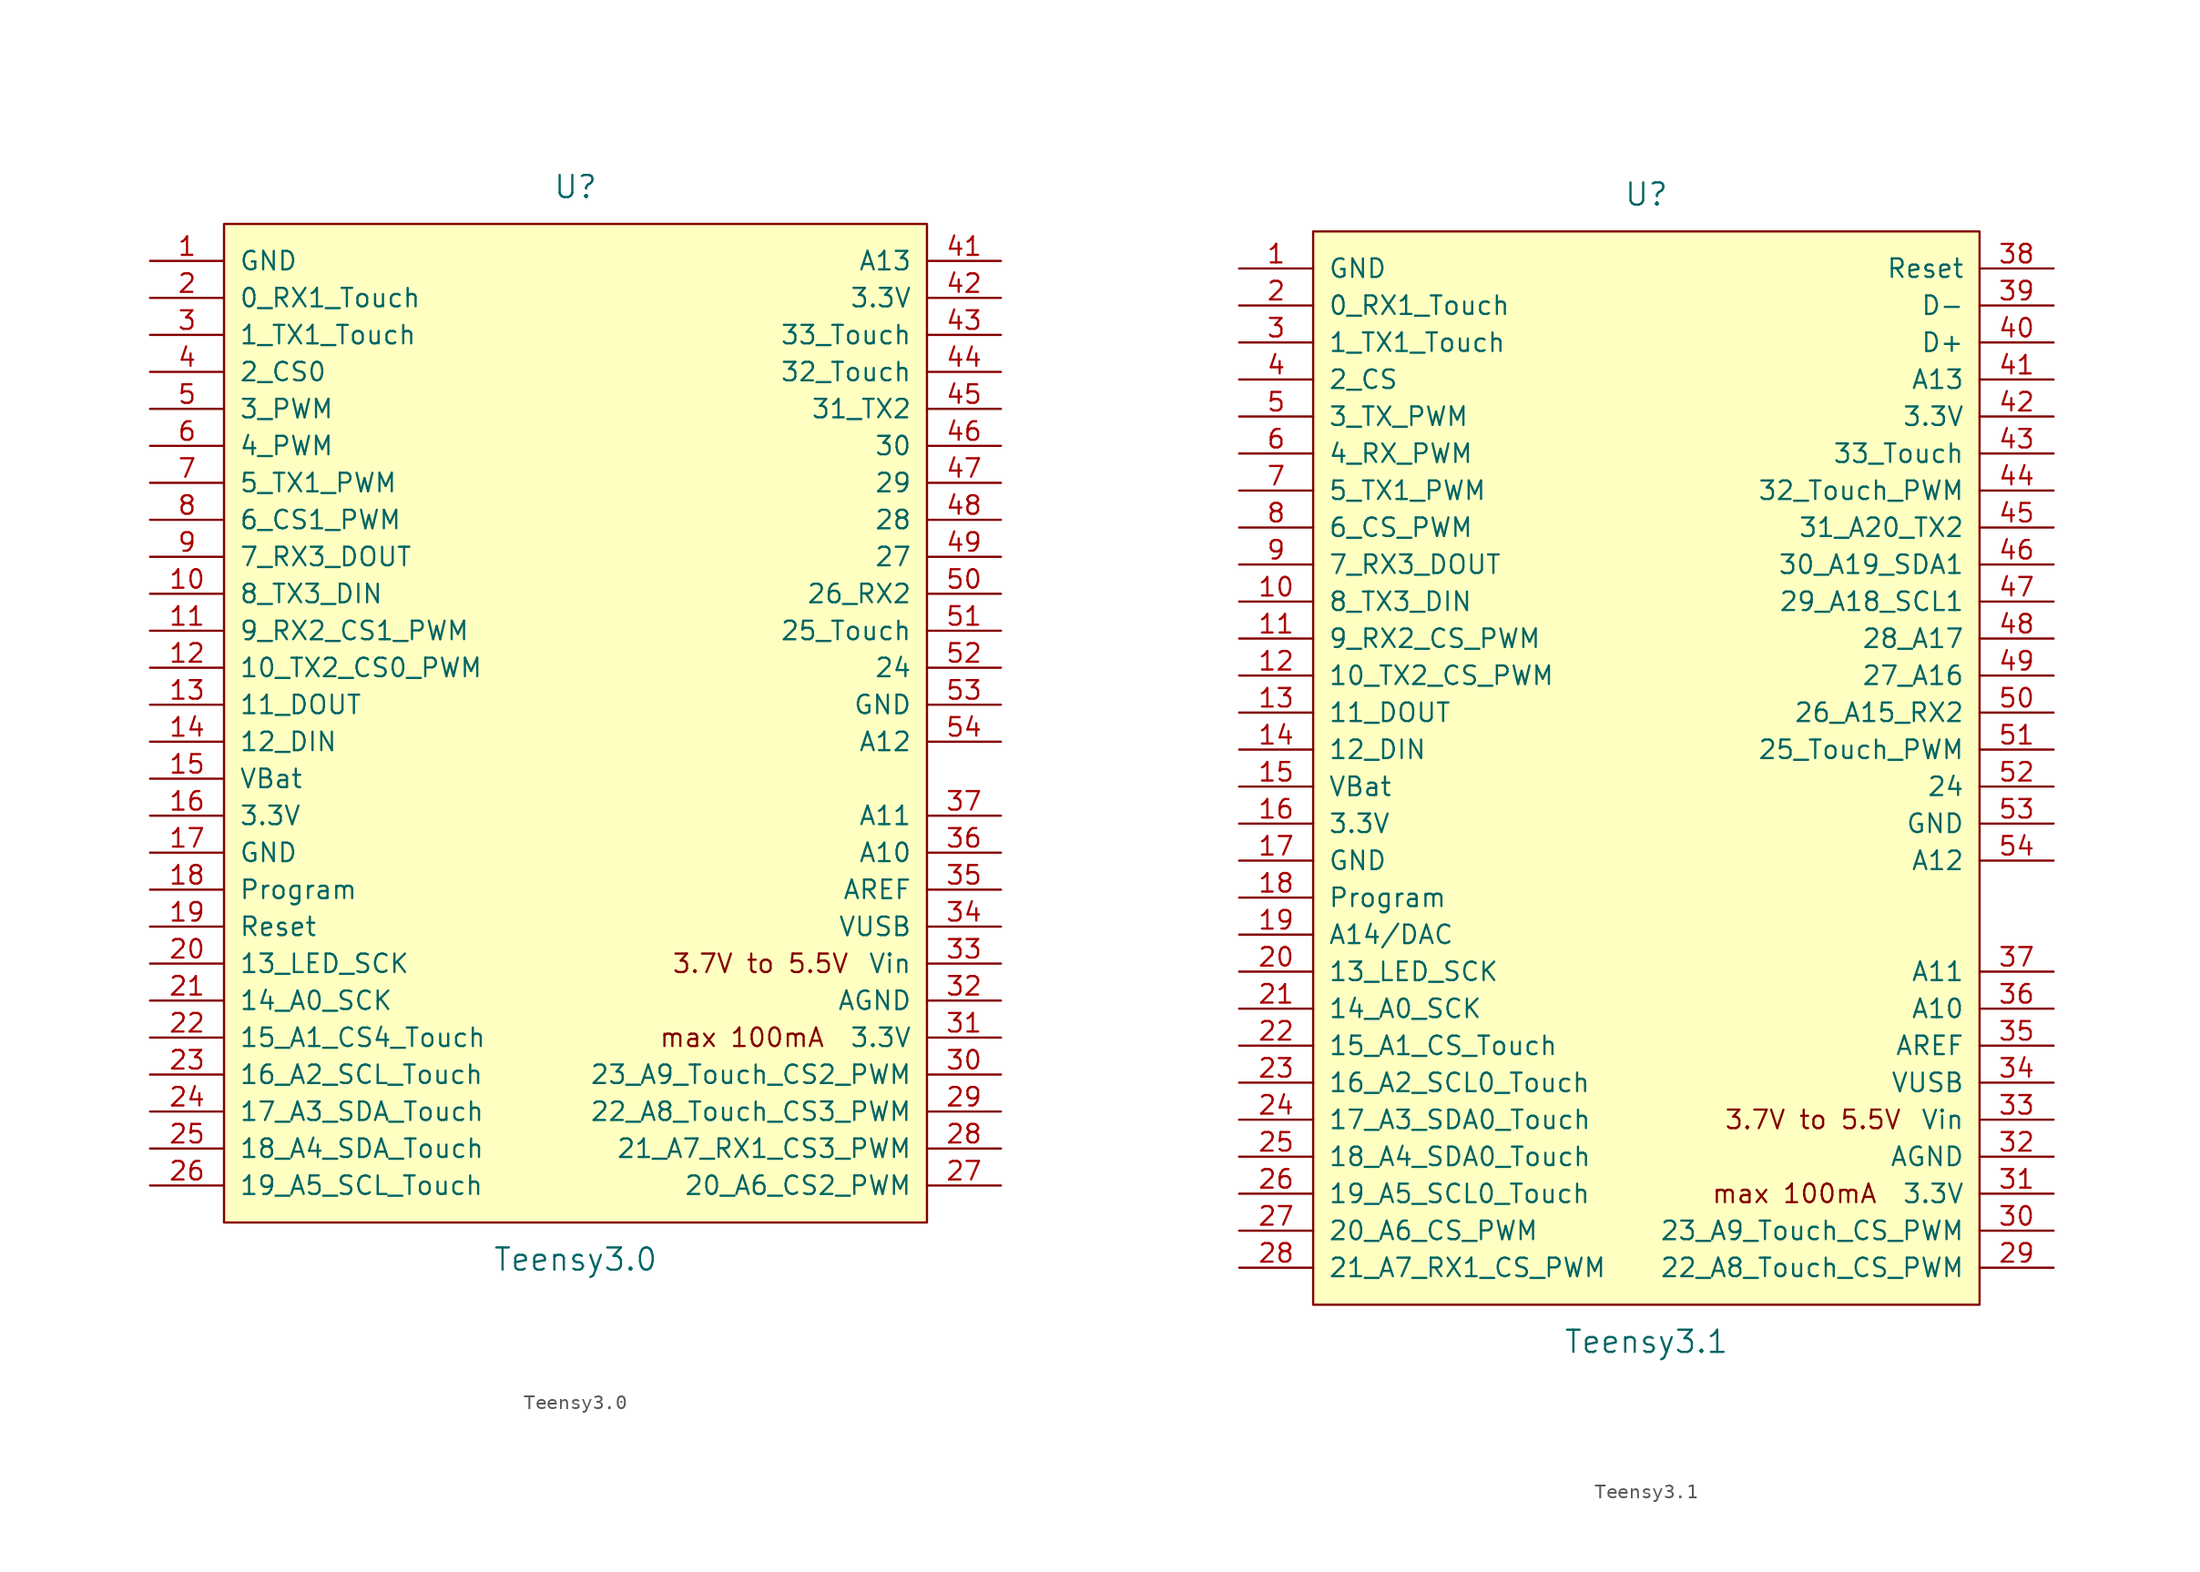
<source format=kicad_sym>
(kicad_symbol_lib
  (version 20211014)
  (generator kicad_symbol_editor)
  (symbol "Teensy3.0"
    (pin_names
      (offset 1.016))
    (property "Reference" "U"
      (at 0 36.83 0)
      (effects (font (size 1.524 1.524))))
    (property "Value" "Teensy3.0"
      (at 0 -36.83 0)
      (effects (font (size 1.524 1.524))))
    (property "Footprint" ""
      (at 0 -21.59 0)
      (effects (font (size 1.524 1.524))))
    (property "Datasheet" ""
      (at 0 -21.59 0)
      (effects (font (size 1.524 1.524))))
    (symbol "Teensy3.0_0_0"
      (text "3.7V to 5.5V" (at 12.7 -16.51 0) (effects (font (size 1.27 1.27))))
      (text "max 100mA" (at 11.43 -21.59 0) (effects (font (size 1.27 1.27)))))
    (symbol "Teensy3.0_0_1"
      (rectangle (start -24.13 34.29) (end 24.13 -34.29) (stroke (width 0) (type default) (color 0 0 0 0)) (fill (type background))))
    (symbol "Teensy3.0_1_1"
      (pin power_in line (at -29.21 31.75 0) (length 5.08) (name "GND" (effects (font (size 1.27 1.27)))) (number "1" (effects (font (size 1.27 1.27)))))
      (pin bidirectional line (at -29.21 8.89 0) (length 5.08) (name "8_TX3_DIN" (effects (font (size 1.27 1.27)))) (number "10" (effects (font (size 1.27 1.27)))))
      (pin bidirectional line (at -29.21 6.35 0) (length 5.08) (name "9_RX2_CS1_PWM" (effects (font (size 1.27 1.27)))) (number "11" (effects (font (size 1.27 1.27)))))
      (pin bidirectional line (at -29.21 3.81 0) (length 5.08) (name "10_TX2_CS0_PWM" (effects (font (size 1.27 1.27)))) (number "12" (effects (font (size 1.27 1.27)))))
      (pin bidirectional line (at -29.21 1.27 0) (length 5.08) (name "11_DOUT" (effects (font (size 1.27 1.27)))) (number "13" (effects (font (size 1.27 1.27)))))
      (pin bidirectional line (at -29.21 -1.27 0) (length 5.08) (name "12_DIN" (effects (font (size 1.27 1.27)))) (number "14" (effects (font (size 1.27 1.27)))))
      (pin power_in line (at -29.21 -3.81 0) (length 5.08) (name "VBat" (effects (font (size 1.27 1.27)))) (number "15" (effects (font (size 1.27 1.27)))))
      (pin power_in line (at -29.21 -6.35 0) (length 5.08) (name "3.3V" (effects (font (size 1.27 1.27)))) (number "16" (effects (font (size 1.27 1.27)))))
      (pin power_in line (at -29.21 -8.89 0) (length 5.08) (name "GND" (effects (font (size 1.27 1.27)))) (number "17" (effects (font (size 1.27 1.27)))))
      (pin input line (at -29.21 -11.43 0) (length 5.08) (name "Program" (effects (font (size 1.27 1.27)))) (number "18" (effects (font (size 1.27 1.27)))))
      (pin input line (at -29.21 -13.97 0) (length 5.08) (name "Reset" (effects (font (size 1.27 1.27)))) (number "19" (effects (font (size 1.27 1.27)))))
      (pin bidirectional line (at -29.21 29.21 0) (length 5.08) (name "0_RX1_Touch" (effects (font (size 1.27 1.27)))) (number "2" (effects (font (size 1.27 1.27)))))
      (pin bidirectional line (at -29.21 -16.51 0) (length 5.08) (name "13_LED_SCK" (effects (font (size 1.27 1.27)))) (number "20" (effects (font (size 1.27 1.27)))))
      (pin bidirectional line (at -29.21 -19.05 0) (length 5.08) (name "14_A0_SCK" (effects (font (size 1.27 1.27)))) (number "21" (effects (font (size 1.27 1.27)))))
      (pin bidirectional line (at -29.21 -21.59 0) (length 5.08) (name "15_A1_CS4_Touch" (effects (font (size 1.27 1.27)))) (number "22" (effects (font (size 1.27 1.27)))))
      (pin bidirectional line (at -29.21 -24.13 0) (length 5.08) (name "16_A2_SCL_Touch" (effects (font (size 1.27 1.27)))) (number "23" (effects (font (size 1.27 1.27)))))
      (pin bidirectional line (at -29.21 -26.67 0) (length 5.08) (name "17_A3_SDA_Touch" (effects (font (size 1.27 1.27)))) (number "24" (effects (font (size 1.27 1.27)))))
      (pin bidirectional line (at -29.21 -29.21 0) (length 5.08) (name "18_A4_SDA_Touch" (effects (font (size 1.27 1.27)))) (number "25" (effects (font (size 1.27 1.27)))))
      (pin bidirectional line (at -29.21 -31.75 0) (length 5.08) (name "19_A5_SCL_Touch" (effects (font (size 1.27 1.27)))) (number "26" (effects (font (size 1.27 1.27)))))
      (pin bidirectional line (at 29.21 -31.75 180) (length 5.08) (name "20_A6_CS2_PWM" (effects (font (size 1.27 1.27)))) (number "27" (effects (font (size 1.27 1.27)))))
      (pin bidirectional line (at 29.21 -29.21 180) (length 5.08) (name "21_A7_RX1_CS3_PWM" (effects (font (size 1.27 1.27)))) (number "28" (effects (font (size 1.27 1.27)))))
      (pin bidirectional line (at 29.21 -26.67 180) (length 5.08) (name "22_A8_Touch_CS3_PWM" (effects (font (size 1.27 1.27)))) (number "29" (effects (font (size 1.27 1.27)))))
      (pin bidirectional line (at -29.21 26.67 0) (length 5.08) (name "1_TX1_Touch" (effects (font (size 1.27 1.27)))) (number "3" (effects (font (size 1.27 1.27)))))
      (pin bidirectional line (at 29.21 -24.13 180) (length 5.08) (name "23_A9_Touch_CS2_PWM" (effects (font (size 1.27 1.27)))) (number "30" (effects (font (size 1.27 1.27)))))
      (pin power_out line (at 29.21 -21.59 180) (length 5.08) (name "3.3V" (effects (font (size 1.27 1.27)))) (number "31" (effects (font (size 1.27 1.27)))))
      (pin power_out line (at 29.21 -19.05 180) (length 5.08) (name "AGND" (effects (font (size 1.27 1.27)))) (number "32" (effects (font (size 1.27 1.27)))))
      (pin power_in line (at 29.21 -16.51 180) (length 5.08) (name "Vin" (effects (font (size 1.27 1.27)))) (number "33" (effects (font (size 1.27 1.27)))))
      (pin power_in line (at 29.21 -13.97 180) (length 5.08) (name "VUSB" (effects (font (size 1.27 1.27)))) (number "34" (effects (font (size 1.27 1.27)))))
      (pin input line (at 29.21 -11.43 180) (length 5.08) (name "AREF" (effects (font (size 1.27 1.27)))) (number "35" (effects (font (size 1.27 1.27)))))
      (pin bidirectional line (at 29.21 -8.89 180) (length 5.08) (name "A10" (effects (font (size 1.27 1.27)))) (number "36" (effects (font (size 1.27 1.27)))))
      (pin bidirectional line (at 29.21 -6.35 180) (length 5.08) (name "A11" (effects (font (size 1.27 1.27)))) (number "37" (effects (font (size 1.27 1.27)))))
      (pin bidirectional line (at -29.21 24.13 0) (length 5.08) (name "2_CS0" (effects (font (size 1.27 1.27)))) (number "4" (effects (font (size 1.27 1.27)))))
      (pin bidirectional line (at 29.21 31.75 180) (length 5.08) (name "A13" (effects (font (size 1.27 1.27)))) (number "41" (effects (font (size 1.27 1.27)))))
      (pin power_in line (at 29.21 29.21 180) (length 5.08) (name "3.3V" (effects (font (size 1.27 1.27)))) (number "42" (effects (font (size 1.27 1.27)))))
      (pin bidirectional line (at 29.21 26.67 180) (length 5.08) (name "33_Touch" (effects (font (size 1.27 1.27)))) (number "43" (effects (font (size 1.27 1.27)))))
      (pin bidirectional line (at 29.21 24.13 180) (length 5.08) (name "32_Touch" (effects (font (size 1.27 1.27)))) (number "44" (effects (font (size 1.27 1.27)))))
      (pin bidirectional line (at 29.21 21.59 180) (length 5.08) (name "31_TX2" (effects (font (size 1.27 1.27)))) (number "45" (effects (font (size 1.27 1.27)))))
      (pin bidirectional line (at 29.21 19.05 180) (length 5.08) (name "30" (effects (font (size 1.27 1.27)))) (number "46" (effects (font (size 1.27 1.27)))))
      (pin bidirectional line (at 29.21 16.51 180) (length 5.08) (name "29" (effects (font (size 1.27 1.27)))) (number "47" (effects (font (size 1.27 1.27)))))
      (pin bidirectional line (at 29.21 13.97 180) (length 5.08) (name "28" (effects (font (size 1.27 1.27)))) (number "48" (effects (font (size 1.27 1.27)))))
      (pin bidirectional line (at 29.21 11.43 180) (length 5.08) (name "27" (effects (font (size 1.27 1.27)))) (number "49" (effects (font (size 1.27 1.27)))))
      (pin bidirectional line (at -29.21 21.59 0) (length 5.08) (name "3_PWM" (effects (font (size 1.27 1.27)))) (number "5" (effects (font (size 1.27 1.27)))))
      (pin bidirectional line (at 29.21 8.89 180) (length 5.08) (name "26_RX2" (effects (font (size 1.27 1.27)))) (number "50" (effects (font (size 1.27 1.27)))))
      (pin bidirectional line (at 29.21 6.35 180) (length 5.08) (name "25_Touch" (effects (font (size 1.27 1.27)))) (number "51" (effects (font (size 1.27 1.27)))))
      (pin bidirectional line (at 29.21 3.81 180) (length 5.08) (name "24" (effects (font (size 1.27 1.27)))) (number "52" (effects (font (size 1.27 1.27)))))
      (pin power_in line (at 29.21 1.27 180) (length 5.08) (name "GND" (effects (font (size 1.27 1.27)))) (number "53" (effects (font (size 1.27 1.27)))))
      (pin bidirectional line (at 29.21 -1.27 180) (length 5.08) (name "A12" (effects (font (size 1.27 1.27)))) (number "54" (effects (font (size 1.27 1.27)))))
      (pin bidirectional line (at -29.21 19.05 0) (length 5.08) (name "4_PWM" (effects (font (size 1.27 1.27)))) (number "6" (effects (font (size 1.27 1.27)))))
      (pin bidirectional line (at -29.21 16.51 0) (length 5.08) (name "5_TX1_PWM" (effects (font (size 1.27 1.27)))) (number "7" (effects (font (size 1.27 1.27)))))
      (pin bidirectional line (at -29.21 13.97 0) (length 5.08) (name "6_CS1_PWM" (effects (font (size 1.27 1.27)))) (number "8" (effects (font (size 1.27 1.27)))))
      (pin bidirectional line (at -29.21 11.43 0) (length 5.08) (name "7_RX3_DOUT" (effects (font (size 1.27 1.27)))) (number "9" (effects (font (size 1.27 1.27)))))))
  (symbol "Teensy3.1"
    (pin_names
      (offset 1.016))
    (property "Reference" "U"
      (at 0 39.37 0)
      (effects (font (size 1.524 1.524))))
    (property "Value" "Teensy3.1"
      (at 0 -39.37 0)
      (effects (font (size 1.524 1.524))))
    (property "Footprint" ""
      (at 0 -19.05 0)
      (effects (font (size 1.524 1.524))))
    (property "Datasheet" ""
      (at 0 -19.05 0)
      (effects (font (size 1.524 1.524))))
    (symbol "Teensy3.1_0_0"
      (text "3.7V to 5.5V" (at 11.43 -24.13 0) (effects (font (size 1.27 1.27))))
      (text "max 100mA" (at 10.16 -29.21 0) (effects (font (size 1.27 1.27)))))
    (symbol "Teensy3.1_0_1"
      (rectangle (start -22.86 36.83) (end 22.86 -36.83) (stroke (width 0) (type default) (color 0 0 0 0)) (fill (type background))))
    (symbol "Teensy3.1_1_1"
      (pin power_in line (at -27.94 34.29 0) (length 5.08) (name "GND" (effects (font (size 1.27 1.27)))) (number "1" (effects (font (size 1.27 1.27)))))
      (pin bidirectional line (at -27.94 11.43 0) (length 5.08) (name "8_TX3_DIN" (effects (font (size 1.27 1.27)))) (number "10" (effects (font (size 1.27 1.27)))))
      (pin bidirectional line (at -27.94 8.89 0) (length 5.08) (name "9_RX2_CS_PWM" (effects (font (size 1.27 1.27)))) (number "11" (effects (font (size 1.27 1.27)))))
      (pin bidirectional line (at -27.94 6.35 0) (length 5.08) (name "10_TX2_CS_PWM" (effects (font (size 1.27 1.27)))) (number "12" (effects (font (size 1.27 1.27)))))
      (pin bidirectional line (at -27.94 3.81 0) (length 5.08) (name "11_DOUT" (effects (font (size 1.27 1.27)))) (number "13" (effects (font (size 1.27 1.27)))))
      (pin bidirectional line (at -27.94 1.27 0) (length 5.08) (name "12_DIN" (effects (font (size 1.27 1.27)))) (number "14" (effects (font (size 1.27 1.27)))))
      (pin power_in line (at -27.94 -1.27 0) (length 5.08) (name "VBat" (effects (font (size 1.27 1.27)))) (number "15" (effects (font (size 1.27 1.27)))))
      (pin power_in line (at -27.94 -3.81 0) (length 5.08) (name "3.3V" (effects (font (size 1.27 1.27)))) (number "16" (effects (font (size 1.27 1.27)))))
      (pin power_in line (at -27.94 -6.35 0) (length 5.08) (name "GND" (effects (font (size 1.27 1.27)))) (number "17" (effects (font (size 1.27 1.27)))))
      (pin input line (at -27.94 -8.89 0) (length 5.08) (name "Program" (effects (font (size 1.27 1.27)))) (number "18" (effects (font (size 1.27 1.27)))))
      (pin bidirectional line (at -27.94 -11.43 0) (length 5.08) (name "A14/DAC" (effects (font (size 1.27 1.27)))) (number "19" (effects (font (size 1.27 1.27)))))
      (pin bidirectional line (at -27.94 31.75 0) (length 5.08) (name "0_RX1_Touch" (effects (font (size 1.27 1.27)))) (number "2" (effects (font (size 1.27 1.27)))))
      (pin bidirectional line (at -27.94 -13.97 0) (length 5.08) (name "13_LED_SCK" (effects (font (size 1.27 1.27)))) (number "20" (effects (font (size 1.27 1.27)))))
      (pin bidirectional line (at -27.94 -16.51 0) (length 5.08) (name "14_A0_SCK" (effects (font (size 1.27 1.27)))) (number "21" (effects (font (size 1.27 1.27)))))
      (pin bidirectional line (at -27.94 -19.05 0) (length 5.08) (name "15_A1_CS_Touch" (effects (font (size 1.27 1.27)))) (number "22" (effects (font (size 1.27 1.27)))))
      (pin bidirectional line (at -27.94 -21.59 0) (length 5.08) (name "16_A2_SCL0_Touch" (effects (font (size 1.27 1.27)))) (number "23" (effects (font (size 1.27 1.27)))))
      (pin bidirectional line (at -27.94 -24.13 0) (length 5.08) (name "17_A3_SDA0_Touch" (effects (font (size 1.27 1.27)))) (number "24" (effects (font (size 1.27 1.27)))))
      (pin bidirectional line (at -27.94 -26.67 0) (length 5.08) (name "18_A4_SDA0_Touch" (effects (font (size 1.27 1.27)))) (number "25" (effects (font (size 1.27 1.27)))))
      (pin bidirectional line (at -27.94 -29.21 0) (length 5.08) (name "19_A5_SCL0_Touch" (effects (font (size 1.27 1.27)))) (number "26" (effects (font (size 1.27 1.27)))))
      (pin bidirectional line (at -27.94 -31.75 0) (length 5.08) (name "20_A6_CS_PWM" (effects (font (size 1.27 1.27)))) (number "27" (effects (font (size 1.27 1.27)))))
      (pin bidirectional line (at -27.94 -34.29 0) (length 5.08) (name "21_A7_RX1_CS_PWM" (effects (font (size 1.27 1.27)))) (number "28" (effects (font (size 1.27 1.27)))))
      (pin bidirectional line (at 27.94 -34.29 180) (length 5.08) (name "22_A8_Touch_CS_PWM" (effects (font (size 1.27 1.27)))) (number "29" (effects (font (size 1.27 1.27)))))
      (pin bidirectional line (at -27.94 29.21 0) (length 5.08) (name "1_TX1_Touch" (effects (font (size 1.27 1.27)))) (number "3" (effects (font (size 1.27 1.27)))))
      (pin bidirectional line (at 27.94 -31.75 180) (length 5.08) (name "23_A9_Touch_CS_PWM" (effects (font (size 1.27 1.27)))) (number "30" (effects (font (size 1.27 1.27)))))
      (pin power_out line (at 27.94 -29.21 180) (length 5.08) (name "3.3V" (effects (font (size 1.27 1.27)))) (number "31" (effects (font (size 1.27 1.27)))))
      (pin power_out line (at 27.94 -26.67 180) (length 5.08) (name "AGND" (effects (font (size 1.27 1.27)))) (number "32" (effects (font (size 1.27 1.27)))))
      (pin power_in line (at 27.94 -24.13 180) (length 5.08) (name "Vin" (effects (font (size 1.27 1.27)))) (number "33" (effects (font (size 1.27 1.27)))))
      (pin power_in line (at 27.94 -21.59 180) (length 5.08) (name "VUSB" (effects (font (size 1.27 1.27)))) (number "34" (effects (font (size 1.27 1.27)))))
      (pin input line (at 27.94 -19.05 180) (length 5.08) (name "AREF" (effects (font (size 1.27 1.27)))) (number "35" (effects (font (size 1.27 1.27)))))
      (pin bidirectional line (at 27.94 -16.51 180) (length 5.08) (name "A10" (effects (font (size 1.27 1.27)))) (number "36" (effects (font (size 1.27 1.27)))))
      (pin bidirectional line (at 27.94 -13.97 180) (length 5.08) (name "A11" (effects (font (size 1.27 1.27)))) (number "37" (effects (font (size 1.27 1.27)))))
      (pin input line (at 27.94 34.29 180) (length 5.08) (name "Reset" (effects (font (size 1.27 1.27)))) (number "38" (effects (font (size 1.27 1.27)))))
      (pin bidirectional line (at 27.94 31.75 180) (length 5.08) (name "D-" (effects (font (size 1.27 1.27)))) (number "39" (effects (font (size 1.27 1.27)))))
      (pin bidirectional line (at -27.94 26.67 0) (length 5.08) (name "2_CS" (effects (font (size 1.27 1.27)))) (number "4" (effects (font (size 1.27 1.27)))))
      (pin bidirectional line (at 27.94 29.21 180) (length 5.08) (name "D+" (effects (font (size 1.27 1.27)))) (number "40" (effects (font (size 1.27 1.27)))))
      (pin bidirectional line (at 27.94 26.67 180) (length 5.08) (name "A13" (effects (font (size 1.27 1.27)))) (number "41" (effects (font (size 1.27 1.27)))))
      (pin power_in line (at 27.94 24.13 180) (length 5.08) (name "3.3V" (effects (font (size 1.27 1.27)))) (number "42" (effects (font (size 1.27 1.27)))))
      (pin bidirectional line (at 27.94 21.59 180) (length 5.08) (name "33_Touch" (effects (font (size 1.27 1.27)))) (number "43" (effects (font (size 1.27 1.27)))))
      (pin bidirectional line (at 27.94 19.05 180) (length 5.08) (name "32_Touch_PWM" (effects (font (size 1.27 1.27)))) (number "44" (effects (font (size 1.27 1.27)))))
      (pin bidirectional line (at 27.94 16.51 180) (length 5.08) (name "31_A20_TX2" (effects (font (size 1.27 1.27)))) (number "45" (effects (font (size 1.27 1.27)))))
      (pin bidirectional line (at 27.94 13.97 180) (length 5.08) (name "30_A19_SDA1" (effects (font (size 1.27 1.27)))) (number "46" (effects (font (size 1.27 1.27)))))
      (pin bidirectional line (at 27.94 11.43 180) (length 5.08) (name "29_A18_SCL1" (effects (font (size 1.27 1.27)))) (number "47" (effects (font (size 1.27 1.27)))))
      (pin bidirectional line (at 27.94 8.89 180) (length 5.08) (name "28_A17" (effects (font (size 1.27 1.27)))) (number "48" (effects (font (size 1.27 1.27)))))
      (pin bidirectional line (at 27.94 6.35 180) (length 5.08) (name "27_A16" (effects (font (size 1.27 1.27)))) (number "49" (effects (font (size 1.27 1.27)))))
      (pin bidirectional line (at -27.94 24.13 0) (length 5.08) (name "3_TX_PWM" (effects (font (size 1.27 1.27)))) (number "5" (effects (font (size 1.27 1.27)))))
      (pin bidirectional line (at 27.94 3.81 180) (length 5.08) (name "26_A15_RX2" (effects (font (size 1.27 1.27)))) (number "50" (effects (font (size 1.27 1.27)))))
      (pin bidirectional line (at 27.94 1.27 180) (length 5.08) (name "25_Touch_PWM" (effects (font (size 1.27 1.27)))) (number "51" (effects (font (size 1.27 1.27)))))
      (pin bidirectional line (at 27.94 -1.27 180) (length 5.08) (name "24" (effects (font (size 1.27 1.27)))) (number "52" (effects (font (size 1.27 1.27)))))
      (pin power_in line (at 27.94 -3.81 180) (length 5.08) (name "GND" (effects (font (size 1.27 1.27)))) (number "53" (effects (font (size 1.27 1.27)))))
      (pin bidirectional line (at 27.94 -6.35 180) (length 5.08) (name "A12" (effects (font (size 1.27 1.27)))) (number "54" (effects (font (size 1.27 1.27)))))
      (pin bidirectional line (at -27.94 21.59 0) (length 5.08) (name "4_RX_PWM" (effects (font (size 1.27 1.27)))) (number "6" (effects (font (size 1.27 1.27)))))
      (pin bidirectional line (at -27.94 19.05 0) (length 5.08) (name "5_TX1_PWM" (effects (font (size 1.27 1.27)))) (number "7" (effects (font (size 1.27 1.27)))))
      (pin bidirectional line (at -27.94 16.51 0) (length 5.08) (name "6_CS_PWM" (effects (font (size 1.27 1.27)))) (number "8" (effects (font (size 1.27 1.27)))))
      (pin bidirectional line (at -27.94 13.97 0) (length 5.08) (name "7_RX3_DOUT" (effects (font (size 1.27 1.27)))) (number "9" (effects (font (size 1.27 1.27))))))))
</source>
